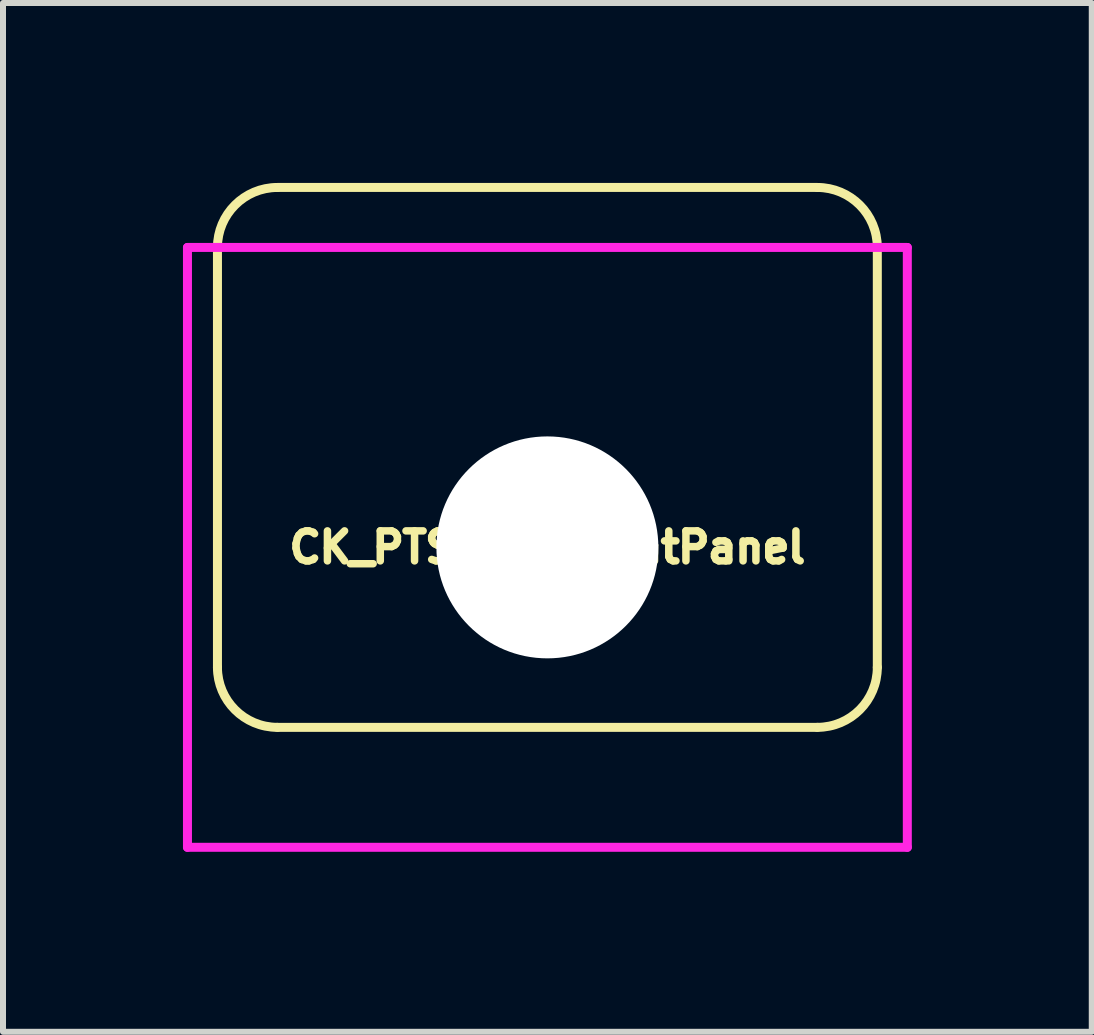
<source format=kicad_pcb>
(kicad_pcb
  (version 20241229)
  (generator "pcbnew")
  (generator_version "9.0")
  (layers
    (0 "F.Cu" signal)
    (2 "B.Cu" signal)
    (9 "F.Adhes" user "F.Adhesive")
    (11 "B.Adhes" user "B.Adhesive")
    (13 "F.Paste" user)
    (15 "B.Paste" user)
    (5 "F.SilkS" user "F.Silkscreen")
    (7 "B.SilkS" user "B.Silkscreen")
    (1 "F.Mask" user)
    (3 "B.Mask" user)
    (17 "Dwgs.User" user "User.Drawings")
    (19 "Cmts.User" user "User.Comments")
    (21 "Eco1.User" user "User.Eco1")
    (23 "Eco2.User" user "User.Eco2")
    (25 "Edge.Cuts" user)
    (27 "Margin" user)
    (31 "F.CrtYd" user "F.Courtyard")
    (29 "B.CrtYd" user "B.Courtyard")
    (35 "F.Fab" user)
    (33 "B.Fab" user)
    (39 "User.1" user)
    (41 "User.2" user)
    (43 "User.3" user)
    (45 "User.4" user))
  (footprint "CK_PTS645_FrontPanel"
    (layer "F.Cu")
    (at 6.075 6.075)
    (property "Reference" "CK_PTS645_FrontPanel" (at 0 0 0) (layer "F.SilkS") (effects (font (size 0.5 0.5) (thickness 0.125))))
    (attr through_hole)
    (fp_line (start -5.5 2) (end -5.5 -5) (stroke (width 0.15) (type solid)) (layer "F.SilkS"))
    (fp_line (start -4.5 -6) (end 4.5 -6) (stroke (width 0.15) (type solid)) (layer "F.SilkS"))
    (fp_line (start 4.5 3) (end -4.5 3) (stroke (width 0.15) (type solid)) (layer "F.SilkS"))
    (fp_line (start 5.5 -5) (end 5.5 2) (stroke (width 0.15) (type solid)) (layer "F.SilkS"))
    (fp_arc (start -5.5 -5) (mid -5.207107 -5.707107) (end -4.5 -6) (stroke (width 0.15) (type solid)) (layer "F.SilkS"))
    (fp_arc (start -4.5 3) (mid -5.207107 2.707107) (end -5.5 2) (stroke (width 0.15) (type solid)) (layer "F.SilkS"))
    (fp_arc (start 4.5 -6) (mid 5.207107 -5.707107) (end 5.5 -5) (stroke (width 0.15) (type solid)) (layer "F.SilkS"))
    (fp_arc (start 5.5 2) (mid 5.207107 2.707107) (end 4.5 3) (stroke (width 0.15) (type solid)) (layer "F.SilkS"))
    (fp_line (start -6 -5) (end 6 -5) (stroke (width 0.15) (type solid)) (layer "F.CrtYd"))
    (fp_line (start -6 5) (end -6 -5) (stroke (width 0.15) (type solid)) (layer "F.CrtYd"))
    (fp_line (start 6 -5) (end 6 5) (stroke (width 0.15) (type solid)) (layer "F.CrtYd"))
    (fp_line (start 6 5) (end -6 5) (stroke (width 0.15) (type solid)) (layer "F.CrtYd"))
    (pad "" np_thru_hole circle (at 0 0) (size 3.7 3.7) (drill 3.7) (layers "*.Cu" "*.Mask")))
  (gr_rect
    (start -3 -3)
    (end 15.15 14.15)
    (stroke (width 0.1) (type default))
    (fill no)
    (layer "Edge.Cuts")))
</source>
